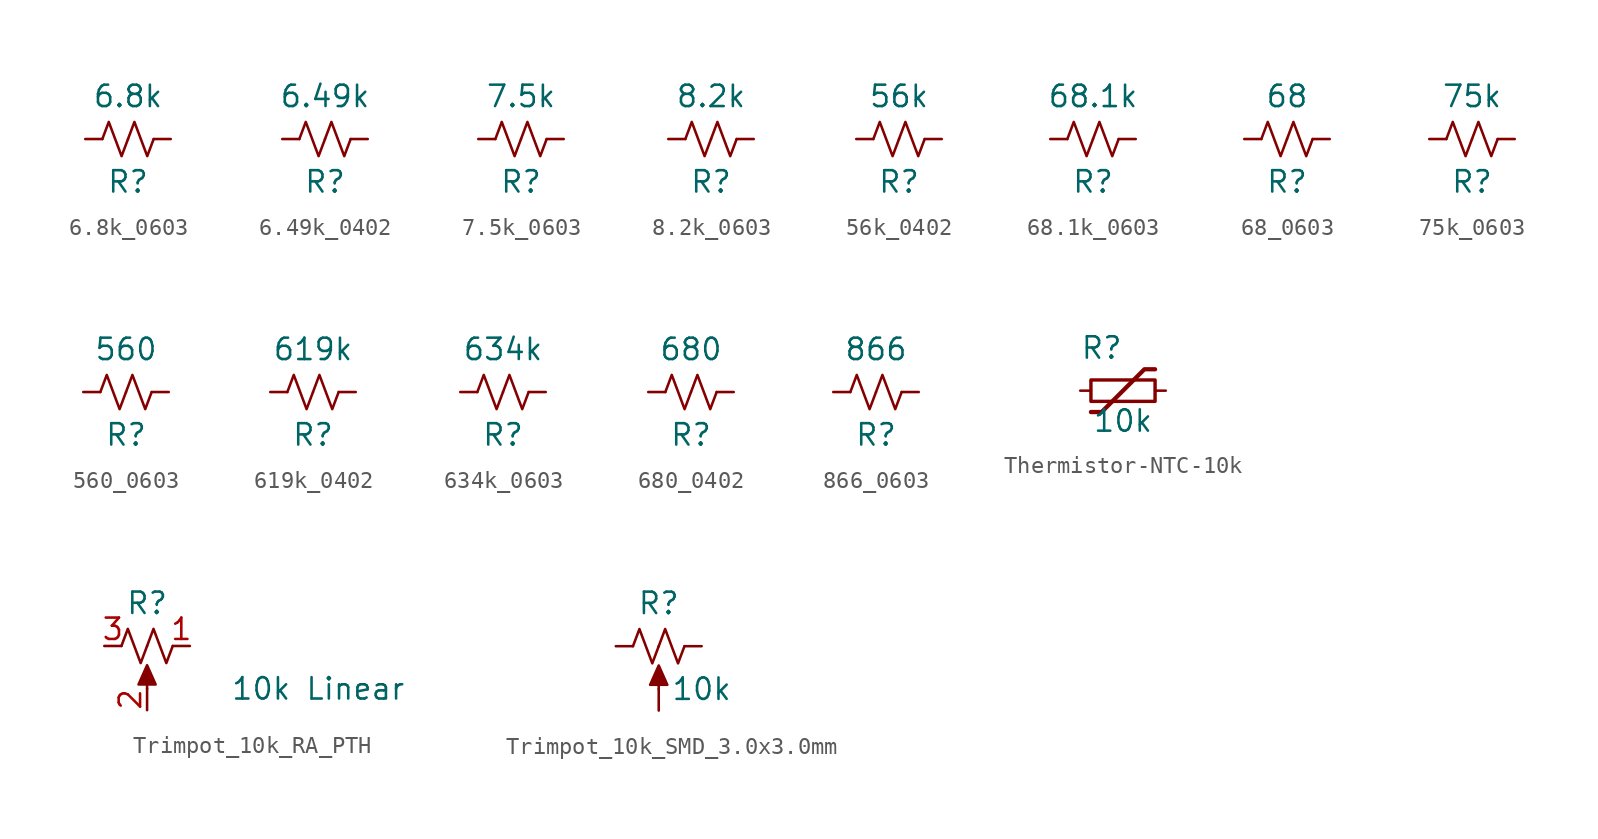
<source format=kicad_sym>
(kicad_symbol_lib
  (version 20241209)
  (generator "kicad_symbol_editor")
  (generator_version "9.0")
  (symbol "6.8k_0603"
    (pin_numbers
      (hide yes))
    (pin_names
      (offset 0))
    (property "Reference" "R"
      (at 0 -2.54 0)
      (effects (font (size 1.27 1.27))))
    (property "Value" "6.8k"
      (at 0 2.54 0)
      (effects (font (size 1.27 1.27))))
    (symbol "6.8k_0603_0_1"
      (polyline (pts (xy -1.524 0) (xy -1.143 1.016) (xy -0.762 0) (xy -0.381 -1.016) (xy 0 0)) (stroke (width 0) (type default)) (fill (type none)))
      (polyline (pts (xy 0 0) (xy 0.381 1.016) (xy 0.762 0) (xy 1.143 -1.016) (xy 1.524 0)) (stroke (width 0) (type default)) (fill (type none))))
    (symbol "6.8k_0603_1_1"
      (pin passive line (at -2.54 0 0) (length 1.016) (name "~" (effects (font (size 1.27 1.27)))) (number "1" (effects (font (size 1.27 1.27)))))
      (pin passive line (at 2.54 0 180) (length 1.016) (name "~" (effects (font (size 1.27 1.27)))) (number "2" (effects (font (size 1.27 1.27)))))))
  (symbol "6.49k_0402"
    (pin_numbers
      (hide yes))
    (pin_names
      (offset 0))
    (property "Reference" "R"
      (at 0 -2.54 0)
      (effects (font (size 1.27 1.27))))
    (property "Value" "6.49k"
      (at 0 2.54 0)
      (effects (font (size 1.27 1.27))))
    (symbol "6.49k_0402_0_1"
      (polyline (pts (xy -1.524 0) (xy -1.143 1.016) (xy -0.762 0) (xy -0.381 -1.016) (xy 0 0)) (stroke (width 0) (type default)) (fill (type none)))
      (polyline (pts (xy 0 0) (xy 0.381 1.016) (xy 0.762 0) (xy 1.143 -1.016) (xy 1.524 0)) (stroke (width 0) (type default)) (fill (type none))))
    (symbol "6.49k_0402_1_1"
      (pin passive line (at -2.54 0 0) (length 1.016) (name "~" (effects (font (size 1.27 1.27)))) (number "1" (effects (font (size 1.27 1.27)))))
      (pin passive line (at 2.54 0 180) (length 1.016) (name "~" (effects (font (size 1.27 1.27)))) (number "2" (effects (font (size 1.27 1.27)))))))
  (symbol "7.5k_0603"
    (pin_numbers
      (hide yes))
    (pin_names
      (offset 0))
    (property "Reference" "R"
      (at 0 -2.54 0)
      (effects (font (size 1.27 1.27))))
    (property "Value" "7.5k"
      (at 0 2.54 0)
      (effects (font (size 1.27 1.27))))
    (symbol "7.5k_0603_0_1"
      (polyline (pts (xy -1.524 0) (xy -1.143 1.016) (xy -0.762 0) (xy -0.381 -1.016) (xy 0 0)) (stroke (width 0) (type default)) (fill (type none)))
      (polyline (pts (xy 0 0) (xy 0.381 1.016) (xy 0.762 0) (xy 1.143 -1.016) (xy 1.524 0)) (stroke (width 0) (type default)) (fill (type none))))
    (symbol "7.5k_0603_1_1"
      (pin passive line (at -2.54 0 0) (length 1.016) (name "~" (effects (font (size 1.27 1.27)))) (number "1" (effects (font (size 1.27 1.27)))))
      (pin passive line (at 2.54 0 180) (length 1.016) (name "~" (effects (font (size 1.27 1.27)))) (number "2" (effects (font (size 1.27 1.27)))))))
  (symbol "8.2k_0603"
    (pin_numbers
      (hide yes))
    (pin_names
      (offset 0))
    (property "Reference" "R"
      (at 0 -2.54 0)
      (effects (font (size 1.27 1.27))))
    (property "Value" "8.2k"
      (at 0 2.54 0)
      (effects (font (size 1.27 1.27))))
    (symbol "8.2k_0603_0_1"
      (polyline (pts (xy -1.524 0) (xy -1.143 1.016) (xy -0.762 0) (xy -0.381 -1.016) (xy 0 0)) (stroke (width 0) (type default)) (fill (type none)))
      (polyline (pts (xy 0 0) (xy 0.381 1.016) (xy 0.762 0) (xy 1.143 -1.016) (xy 1.524 0)) (stroke (width 0) (type default)) (fill (type none))))
    (symbol "8.2k_0603_1_1"
      (pin passive line (at -2.54 0 0) (length 1.016) (name "~" (effects (font (size 1.27 1.27)))) (number "1" (effects (font (size 1.27 1.27)))))
      (pin passive line (at 2.54 0 180) (length 1.016) (name "~" (effects (font (size 1.27 1.27)))) (number "2" (effects (font (size 1.27 1.27)))))))
  (symbol "56k_0402"
    (pin_numbers
      (hide yes))
    (pin_names
      (offset 0))
    (property "Reference" "R"
      (at 0 -2.54 0)
      (effects (font (size 1.27 1.27))))
    (property "Value" "56k"
      (at 0 2.54 0)
      (effects (font (size 1.27 1.27))))
    (symbol "56k_0402_0_1"
      (polyline (pts (xy -1.524 0) (xy -1.143 1.016) (xy -0.762 0) (xy -0.381 -1.016) (xy 0 0)) (stroke (width 0) (type default)) (fill (type none)))
      (polyline (pts (xy 0 0) (xy 0.381 1.016) (xy 0.762 0) (xy 1.143 -1.016) (xy 1.524 0)) (stroke (width 0) (type default)) (fill (type none))))
    (symbol "56k_0402_1_1"
      (pin passive line (at -2.54 0 0) (length 1.016) (name "~" (effects (font (size 1.27 1.27)))) (number "1" (effects (font (size 1.27 1.27)))))
      (pin passive line (at 2.54 0 180) (length 1.016) (name "~" (effects (font (size 1.27 1.27)))) (number "2" (effects (font (size 1.27 1.27)))))))
  (symbol "68.1k_0603"
    (pin_numbers
      (hide yes))
    (pin_names
      (offset 0))
    (property "Reference" "R"
      (at 0 -2.54 0)
      (effects (font (size 1.27 1.27))))
    (property "Value" "68.1k"
      (at 0 2.54 0)
      (effects (font (size 1.27 1.27))))
    (symbol "68.1k_0603_0_1"
      (polyline (pts (xy -1.524 0) (xy -1.143 1.016) (xy -0.762 0) (xy -0.381 -1.016) (xy 0 0)) (stroke (width 0) (type default)) (fill (type none)))
      (polyline (pts (xy 0 0) (xy 0.381 1.016) (xy 0.762 0) (xy 1.143 -1.016) (xy 1.524 0)) (stroke (width 0) (type default)) (fill (type none))))
    (symbol "68.1k_0603_1_1"
      (pin passive line (at -2.54 0 0) (length 1.016) (name "~" (effects (font (size 1.27 1.27)))) (number "1" (effects (font (size 1.27 1.27)))))
      (pin passive line (at 2.54 0 180) (length 1.016) (name "~" (effects (font (size 1.27 1.27)))) (number "2" (effects (font (size 1.27 1.27)))))))
  (symbol "68_0603"
    (pin_numbers
      (hide yes))
    (pin_names
      (offset 0))
    (property "Reference" "R"
      (at 0 -2.54 0)
      (effects (font (size 1.27 1.27))))
    (property "Value" "68"
      (at 0 2.54 0)
      (effects (font (size 1.27 1.27))))
    (symbol "68_0603_0_1"
      (polyline (pts (xy -1.524 0) (xy -1.143 1.016) (xy -0.762 0) (xy -0.381 -1.016) (xy 0 0)) (stroke (width 0) (type default)) (fill (type none)))
      (polyline (pts (xy 0 0) (xy 0.381 1.016) (xy 0.762 0) (xy 1.143 -1.016) (xy 1.524 0)) (stroke (width 0) (type default)) (fill (type none))))
    (symbol "68_0603_1_1"
      (pin passive line (at -2.54 0 0) (length 1.016) (name "~" (effects (font (size 1.27 1.27)))) (number "1" (effects (font (size 1.27 1.27)))))
      (pin passive line (at 2.54 0 180) (length 1.016) (name "~" (effects (font (size 1.27 1.27)))) (number "2" (effects (font (size 1.27 1.27)))))))
  (symbol "75k_0603"
    (pin_numbers
      (hide yes))
    (pin_names
      (offset 0))
    (property "Reference" "R"
      (at 0 -2.54 0)
      (effects (font (size 1.27 1.27))))
    (property "Value" "75k"
      (at 0 2.54 0)
      (effects (font (size 1.27 1.27))))
    (symbol "75k_0603_0_1"
      (polyline (pts (xy -1.524 0) (xy -1.143 1.016) (xy -0.762 0) (xy -0.381 -1.016) (xy 0 0)) (stroke (width 0) (type default)) (fill (type none)))
      (polyline (pts (xy 0 0) (xy 0.381 1.016) (xy 0.762 0) (xy 1.143 -1.016) (xy 1.524 0)) (stroke (width 0) (type default)) (fill (type none))))
    (symbol "75k_0603_1_1"
      (pin passive line (at -2.54 0 0) (length 1.016) (name "~" (effects (font (size 1.27 1.27)))) (number "1" (effects (font (size 1.27 1.27)))))
      (pin passive line (at 2.54 0 180) (length 1.016) (name "~" (effects (font (size 1.27 1.27)))) (number "2" (effects (font (size 1.27 1.27)))))))
  (symbol "560_0603"
    (pin_numbers
      (hide yes))
    (pin_names
      (offset 0))
    (property "Reference" "R"
      (at 0 -2.54 0)
      (effects (font (size 1.27 1.27))))
    (property "Value" "560"
      (at 0 2.54 0)
      (effects (font (size 1.27 1.27))))
    (symbol "560_0603_0_1"
      (polyline (pts (xy -1.524 0) (xy -1.143 1.016) (xy -0.762 0) (xy -0.381 -1.016) (xy 0 0)) (stroke (width 0) (type default)) (fill (type none)))
      (polyline (pts (xy 0 0) (xy 0.381 1.016) (xy 0.762 0) (xy 1.143 -1.016) (xy 1.524 0)) (stroke (width 0) (type default)) (fill (type none))))
    (symbol "560_0603_1_1"
      (pin passive line (at -2.54 0 0) (length 1.016) (name "~" (effects (font (size 1.27 1.27)))) (number "1" (effects (font (size 1.27 1.27)))))
      (pin passive line (at 2.54 0 180) (length 1.016) (name "~" (effects (font (size 1.27 1.27)))) (number "2" (effects (font (size 1.27 1.27)))))))
  (symbol "619k_0402"
    (pin_numbers
      (hide yes))
    (pin_names
      (offset 0))
    (property "Reference" "R"
      (at 0 -2.54 0)
      (effects (font (size 1.27 1.27))))
    (property "Value" "619k"
      (at 0 2.54 0)
      (effects (font (size 1.27 1.27))))
    (symbol "619k_0402_0_1"
      (polyline (pts (xy -1.524 0) (xy -1.143 1.016) (xy -0.762 0) (xy -0.381 -1.016) (xy 0 0)) (stroke (width 0) (type default)) (fill (type none)))
      (polyline (pts (xy 0 0) (xy 0.381 1.016) (xy 0.762 0) (xy 1.143 -1.016) (xy 1.524 0)) (stroke (width 0) (type default)) (fill (type none))))
    (symbol "619k_0402_1_1"
      (pin passive line (at -2.54 0 0) (length 1.016) (name "~" (effects (font (size 1.27 1.27)))) (number "1" (effects (font (size 1.27 1.27)))))
      (pin passive line (at 2.54 0 180) (length 1.016) (name "~" (effects (font (size 1.27 1.27)))) (number "2" (effects (font (size 1.27 1.27)))))))
  (symbol "634k_0603"
    (pin_numbers
      (hide yes))
    (pin_names
      (offset 0))
    (property "Reference" "R"
      (at 0 -2.54 0)
      (effects (font (size 1.27 1.27))))
    (property "Value" "634k"
      (at 0 2.54 0)
      (effects (font (size 1.27 1.27))))
    (symbol "634k_0603_0_1"
      (polyline (pts (xy -1.524 0) (xy -1.143 1.016) (xy -0.762 0) (xy -0.381 -1.016) (xy 0 0)) (stroke (width 0) (type default)) (fill (type none)))
      (polyline (pts (xy 0 0) (xy 0.381 1.016) (xy 0.762 0) (xy 1.143 -1.016) (xy 1.524 0)) (stroke (width 0) (type default)) (fill (type none))))
    (symbol "634k_0603_1_1"
      (pin passive line (at -2.54 0 0) (length 1.016) (name "~" (effects (font (size 1.27 1.27)))) (number "1" (effects (font (size 1.27 1.27)))))
      (pin passive line (at 2.54 0 180) (length 1.016) (name "~" (effects (font (size 1.27 1.27)))) (number "2" (effects (font (size 1.27 1.27)))))))
  (symbol "680_0402"
    (pin_numbers
      (hide yes))
    (pin_names
      (offset 0))
    (property "Reference" "R"
      (at 0 -2.54 0)
      (effects (font (size 1.27 1.27))))
    (property "Value" "680"
      (at 0 2.54 0)
      (effects (font (size 1.27 1.27))))
    (symbol "680_0402_0_1"
      (polyline (pts (xy -1.524 0) (xy -1.143 1.016) (xy -0.762 0) (xy -0.381 -1.016) (xy 0 0)) (stroke (width 0) (type default)) (fill (type none)))
      (polyline (pts (xy 0 0) (xy 0.381 1.016) (xy 0.762 0) (xy 1.143 -1.016) (xy 1.524 0)) (stroke (width 0) (type default)) (fill (type none))))
    (symbol "680_0402_1_1"
      (pin passive line (at -2.54 0 0) (length 1.016) (name "~" (effects (font (size 1.27 1.27)))) (number "1" (effects (font (size 1.27 1.27)))))
      (pin passive line (at 2.54 0 180) (length 1.016) (name "~" (effects (font (size 1.27 1.27)))) (number "2" (effects (font (size 1.27 1.27)))))))
  (symbol "866_0603"
    (pin_numbers
      (hide yes))
    (pin_names
      (offset 0))
    (property "Reference" "R"
      (at 0 -2.54 0)
      (effects (font (size 1.27 1.27))))
    (property "Value" "866"
      (at 0 2.54 0)
      (effects (font (size 1.27 1.27))))
    (symbol "866_0603_0_1"
      (polyline (pts (xy -1.524 0) (xy -1.143 1.016) (xy -0.762 0) (xy -0.381 -1.016) (xy 0 0)) (stroke (width 0) (type default)) (fill (type none)))
      (polyline (pts (xy 0 0) (xy 0.381 1.016) (xy 0.762 0) (xy 1.143 -1.016) (xy 1.524 0)) (stroke (width 0) (type default)) (fill (type none))))
    (symbol "866_0603_1_1"
      (pin passive line (at -2.54 0 0) (length 1.016) (name "~" (effects (font (size 1.27 1.27)))) (number "1" (effects (font (size 1.27 1.27)))))
      (pin passive line (at 2.54 0 180) (length 1.016) (name "~" (effects (font (size 1.27 1.27)))) (number "2" (effects (font (size 1.27 1.27)))))))
  (symbol "Thermistor-NTC-10k"
    (pin_numbers
      (hide yes))
    (pin_names
      (offset 0))
    (property "Reference" "R"
      (at -1.27 2.54 0)
      (effects (font (size 1.27 1.27))))
    (property "Value" "10k"
      (at 0 -2.54 0)
      (effects (font (size 1.27 1.27)) (justify bottom)))
    (symbol "Thermistor-NTC-10k_0_1"
      (rectangle (start -1.905 0.635) (end 1.905 -0.635) (stroke (width 0.203) (type default)) (fill (type none)))
      (polyline (pts (xy -1.905 -1.27) (xy -1.27 -1.27) (xy 1.27 1.27) (xy 1.905 1.27)) (stroke (width 0.254) (type default)) (fill (type none))))
    (symbol "Thermistor-NTC-10k_1_1"
      (pin passive line (at -2.54 0 0) (length 0.635) (name "~" (effects (font (size 1.27 1.27)))) (number "1" (effects (font (size 1.27 1.27)))))
      (pin passive line (at 2.54 0 180) (length 0.635) (name "~" (effects (font (size 1.27 1.27)))) (number "2" (effects (font (size 1.27 1.27)))))))
  (symbol "Trimpot_10k_RA_PTH"
    (pin_names
      (offset 1.016)
      (hide yes))
    (property "Reference" "R"
      (at 0 2.54 0)
      (effects (font (size 1.27 1.27))))
    (property "Value" "10k Linear"
      (at 10.16 -2.54 0)
      (effects (font (size 1.27 1.27))))
    (symbol "Trimpot_10k_RA_PTH_0_1"
      (polyline (pts (xy 0 -1.143) (xy 0.508 -2.286) (xy -0.508 -2.286) (xy 0 -1.143)) (stroke (width 0) (type default)) (fill (type outline)))
      (polyline (pts (xy 0 -2.54) (xy 0 -1.524)) (stroke (width 0) (type default)) (fill (type none))))
    (symbol "Trimpot_10k_RA_PTH_1_1"
      (polyline (pts (xy 0 0) (xy -0.381 -1.016) (xy -0.762 0) (xy -1.143 1.016) (xy -1.524 0)) (stroke (width 0) (type default)) (fill (type none)))
      (polyline (pts (xy 1.524 0) (xy 1.143 -1.016) (xy 0.762 0) (xy 0.381 1.016) (xy 0 0)) (stroke (width 0) (type default)) (fill (type none)))
      (pin passive line (at -2.54 0 0) (length 1.016) (name "~" (effects (font (size 1.27 1.27)))) (number "3" (effects (font (size 1.27 1.27)))))
      (pin passive line (at 0 -3.81 90) (length 1.27) (name "2" (effects (font (size 1.27 1.27)))) (number "2" (effects (font (size 1.27 1.27)))))
      (pin passive line (at 2.54 0 180) (length 1.016) (name "~" (effects (font (size 1.27 1.27)))) (number "1" (effects (font (size 1.27 1.27)))))))
  (symbol "Trimpot_10k_SMD_3.0x3.0mm"
    (pin_numbers
      (hide yes))
    (pin_names
      (offset 1.016)
      (hide yes))
    (property "Reference" "R"
      (at 0 2.54 0)
      (effects (font (size 1.27 1.27))))
    (property "Value" "10k"
      (at 2.54 -2.54 0)
      (effects (font (size 1.27 1.27))))
    (symbol "Trimpot_10k_SMD_3.0x3.0mm_0_1"
      (polyline (pts (xy 0 -1.143) (xy 0.508 -2.286) (xy -0.508 -2.286) (xy 0 -1.143)) (stroke (width 0) (type default)) (fill (type outline)))
      (polyline (pts (xy 0 -2.54) (xy 0 -1.524)) (stroke (width 0) (type default)) (fill (type none))))
    (symbol "Trimpot_10k_SMD_3.0x3.0mm_1_1"
      (polyline (pts (xy 0 0) (xy -0.381 -1.016) (xy -0.762 0) (xy -1.143 1.016) (xy -1.524 0)) (stroke (width 0) (type default)) (fill (type none)))
      (polyline (pts (xy 1.524 0) (xy 1.143 -1.016) (xy 0.762 0) (xy 0.381 1.016) (xy 0 0)) (stroke (width 0) (type default)) (fill (type none)))
      (pin passive line (at -2.54 0 0) (length 1.016) (name "~" (effects (font (size 1.27 1.27)))) (number "3" (effects (font (size 1.27 1.27)))))
      (pin passive line (at 0 -3.81 90) (length 1.27) (name "2" (effects (font (size 1.27 1.27)))) (number "2" (effects (font (size 1.27 1.27)))))
      (pin passive line (at 2.54 0 180) (length 1.016) (name "~" (effects (font (size 1.27 1.27)))) (number "1" (effects (font (size 1.27 1.27))))))))
</source>
